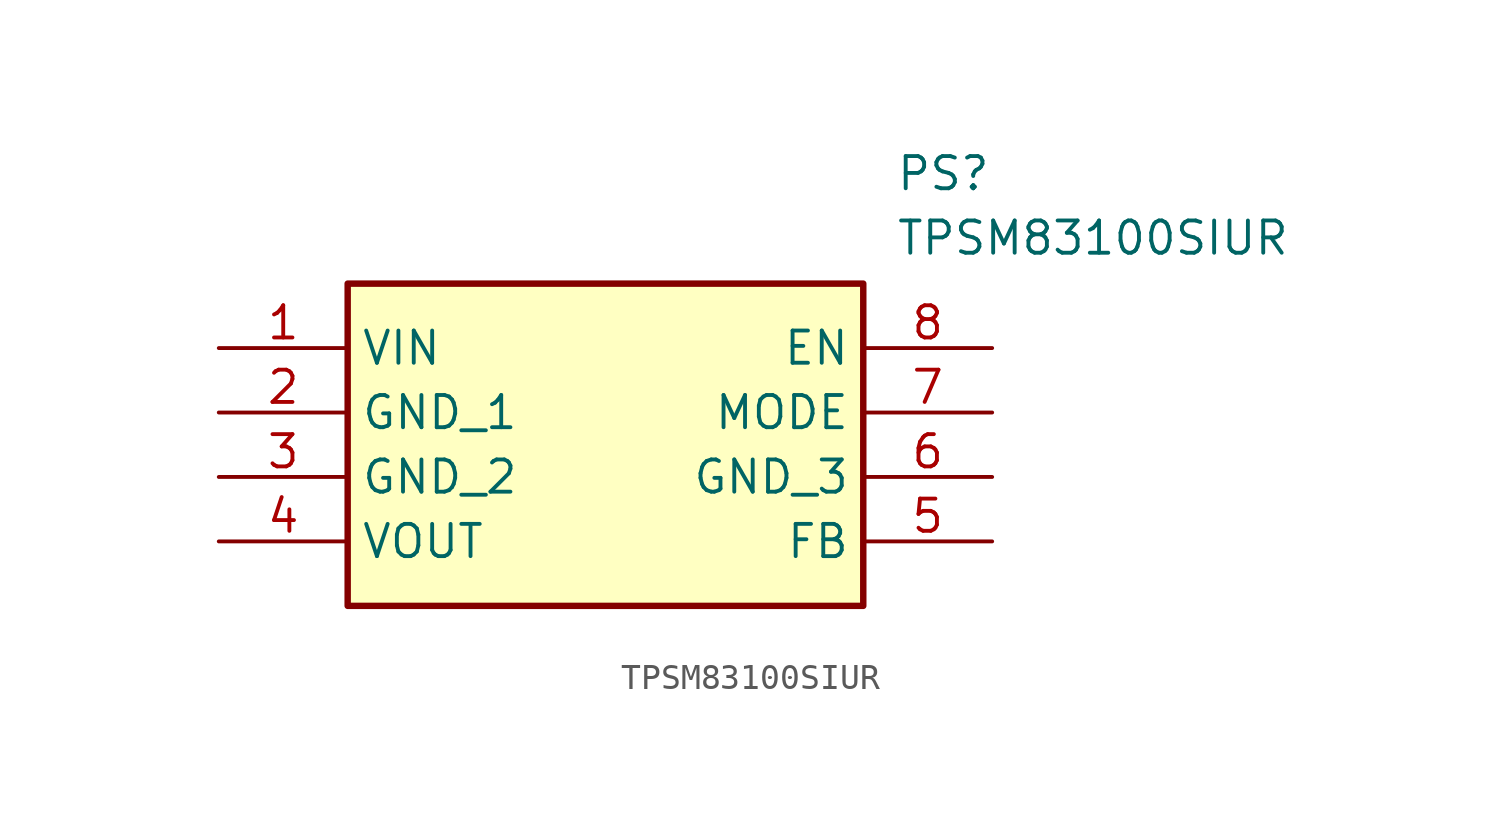
<source format=kicad_sym>
(kicad_symbol_lib
  (version 20211014)
  (generator SamacSys_ECAD_Model)
  (symbol "TPSM83100SIUR"
    (property "Reference" "PS"
      (at 26.67 7.62 0)
      (effects (font (size 1.27 1.27)) (justify left top)))
    (property "Value" "TPSM83100SIUR"
      (at 26.67 5.08 0)
      (effects (font (size 1.27 1.27)) (justify left top)))
    (rectangle
      (start 5.08 2.54)
      (end 25.4 -10.16)
      (stroke (width 0.254) (type default))
      (fill (type background)))
    (pin passive line
      (at 0 0 0)
      (length 5.08)
      (name "VIN" (effects (font (size 1.27 1.27))))
      (number "1" (effects (font (size 1.27 1.27)))))
    (pin passive line
      (at 0 -2.54 0)
      (length 5.08)
      (name "GND_1" (effects (font (size 1.27 1.27))))
      (number "2" (effects (font (size 1.27 1.27)))))
    (pin passive line
      (at 0 -5.08 0)
      (length 5.08)
      (name "GND_2" (effects (font (size 1.27 1.27))))
      (number "3" (effects (font (size 1.27 1.27)))))
    (pin passive line
      (at 0 -7.62 0)
      (length 5.08)
      (name "VOUT" (effects (font (size 1.27 1.27))))
      (number "4" (effects (font (size 1.27 1.27)))))
    (pin passive line
      (at 30.48 -7.62 180)
      (length 5.08)
      (name "FB" (effects (font (size 1.27 1.27))))
      (number "5" (effects (font (size 1.27 1.27)))))
    (pin passive line
      (at 30.48 -5.08 180)
      (length 5.08)
      (name "GND_3" (effects (font (size 1.27 1.27))))
      (number "6" (effects (font (size 1.27 1.27)))))
    (pin passive line
      (at 30.48 -2.54 180)
      (length 5.08)
      (name "MODE" (effects (font (size 1.27 1.27))))
      (number "7" (effects (font (size 1.27 1.27)))))
    (pin passive line
      (at 30.48 0 180)
      (length 5.08)
      (name "EN" (effects (font (size 1.27 1.27))))
      (number "8" (effects (font (size 1.27 1.27)))))))
</source>
